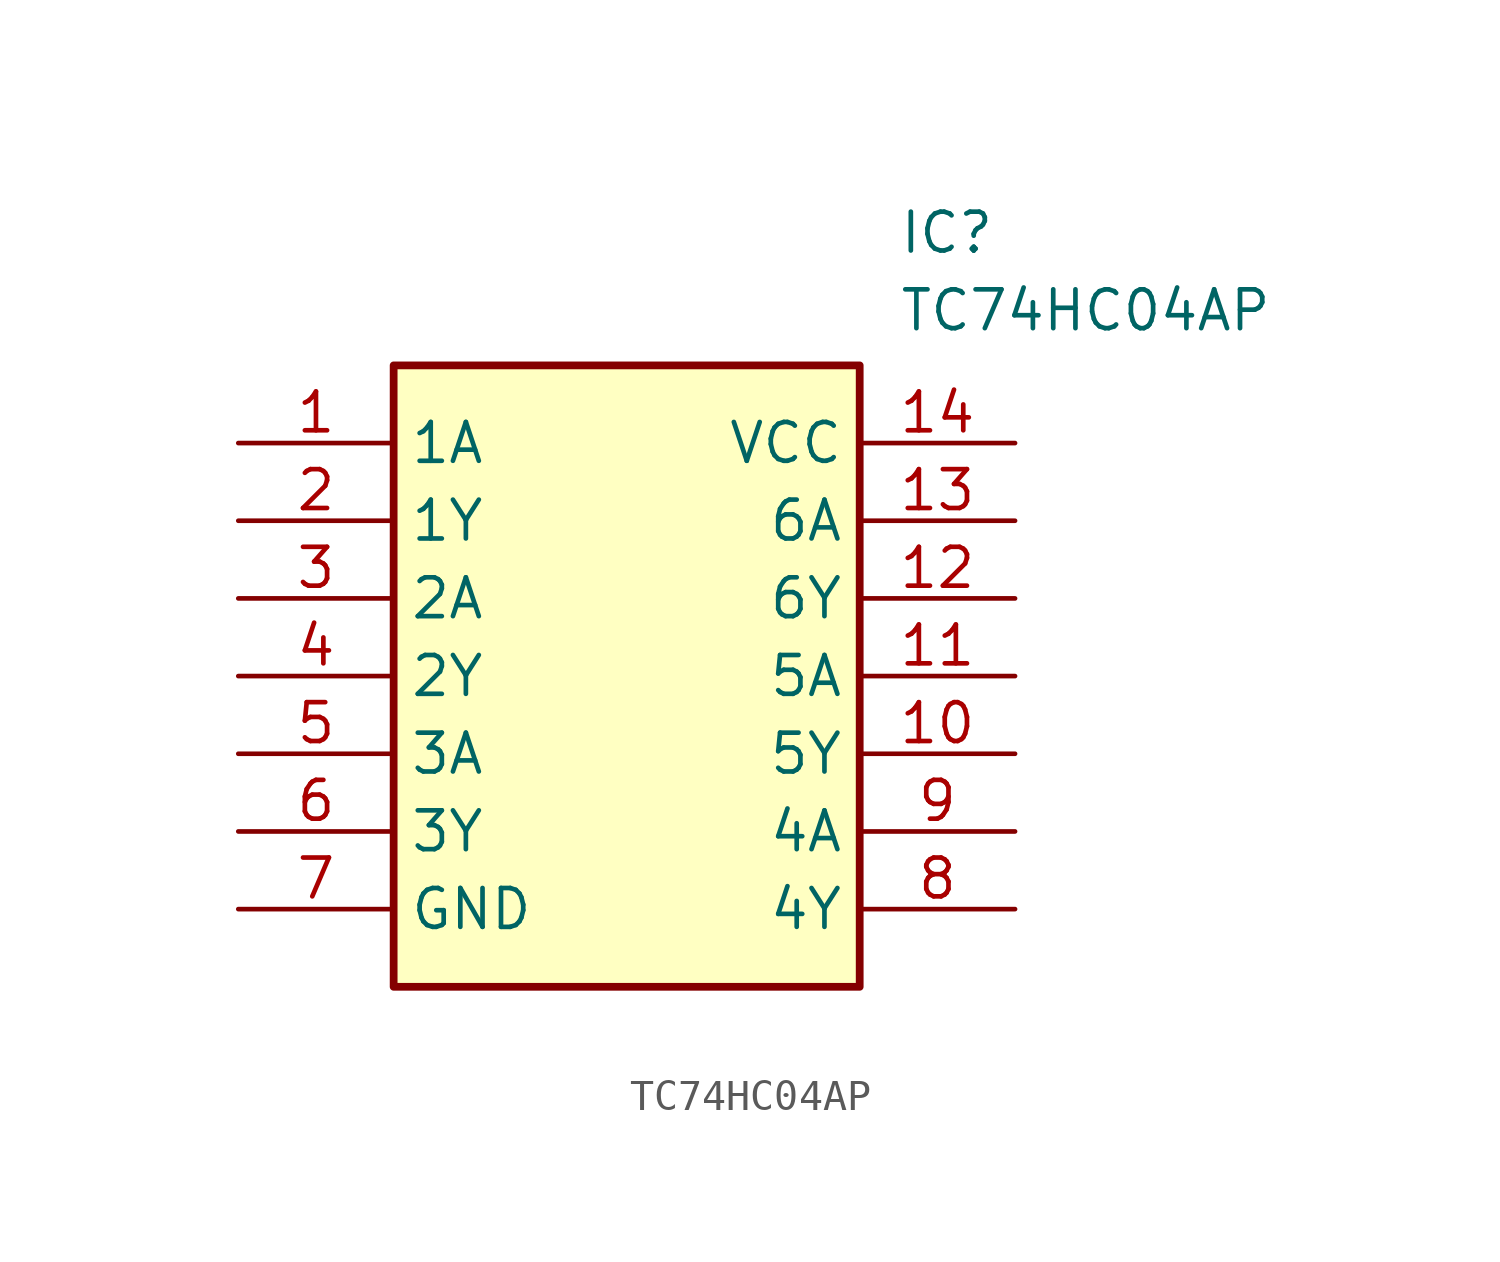
<source format=kicad_sym>
(kicad_symbol_lib
  (version 20211014)
  (generator SamacSys_ECAD_Model)
  (symbol "TC74HC04AP"
    (property "Reference" "IC"
      (at 21.59 7.62 0)
      (effects (font (size 1.27 1.27)) (justify left top)))
    (property "Value" "TC74HC04AP"
      (at 21.59 5.08 0)
      (effects (font (size 1.27 1.27)) (justify left top)))
    (rectangle
      (start 5.08 2.54)
      (end 20.32 -17.78)
      (stroke (width 0.254) (type default))
      (fill (type background)))
    (pin passive line
      (at 0 0 0)
      (length 5.08)
      (name "1A" (effects (font (size 1.27 1.27))))
      (number "1" (effects (font (size 1.27 1.27)))))
    (pin passive line
      (at 0 -2.54 0)
      (length 5.08)
      (name "1Y" (effects (font (size 1.27 1.27))))
      (number "2" (effects (font (size 1.27 1.27)))))
    (pin passive line
      (at 0 -5.08 0)
      (length 5.08)
      (name "2A" (effects (font (size 1.27 1.27))))
      (number "3" (effects (font (size 1.27 1.27)))))
    (pin passive line
      (at 0 -7.62 0)
      (length 5.08)
      (name "2Y" (effects (font (size 1.27 1.27))))
      (number "4" (effects (font (size 1.27 1.27)))))
    (pin passive line
      (at 0 -10.16 0)
      (length 5.08)
      (name "3A" (effects (font (size 1.27 1.27))))
      (number "5" (effects (font (size 1.27 1.27)))))
    (pin passive line
      (at 0 -12.7 0)
      (length 5.08)
      (name "3Y" (effects (font (size 1.27 1.27))))
      (number "6" (effects (font (size 1.27 1.27)))))
    (pin passive line
      (at 0 -15.24 0)
      (length 5.08)
      (name "GND" (effects (font (size 1.27 1.27))))
      (number "7" (effects (font (size 1.27 1.27)))))
    (pin passive line
      (at 25.4 0 180)
      (length 5.08)
      (name "VCC" (effects (font (size 1.27 1.27))))
      (number "14" (effects (font (size 1.27 1.27)))))
    (pin passive line
      (at 25.4 -2.54 180)
      (length 5.08)
      (name "6A" (effects (font (size 1.27 1.27))))
      (number "13" (effects (font (size 1.27 1.27)))))
    (pin passive line
      (at 25.4 -5.08 180)
      (length 5.08)
      (name "6Y" (effects (font (size 1.27 1.27))))
      (number "12" (effects (font (size 1.27 1.27)))))
    (pin passive line
      (at 25.4 -7.62 180)
      (length 5.08)
      (name "5A" (effects (font (size 1.27 1.27))))
      (number "11" (effects (font (size 1.27 1.27)))))
    (pin passive line
      (at 25.4 -10.16 180)
      (length 5.08)
      (name "5Y" (effects (font (size 1.27 1.27))))
      (number "10" (effects (font (size 1.27 1.27)))))
    (pin passive line
      (at 25.4 -12.7 180)
      (length 5.08)
      (name "4A" (effects (font (size 1.27 1.27))))
      (number "9" (effects (font (size 1.27 1.27)))))
    (pin passive line
      (at 25.4 -15.24 180)
      (length 5.08)
      (name "4Y" (effects (font (size 1.27 1.27))))
      (number "8" (effects (font (size 1.27 1.27)))))))
</source>
